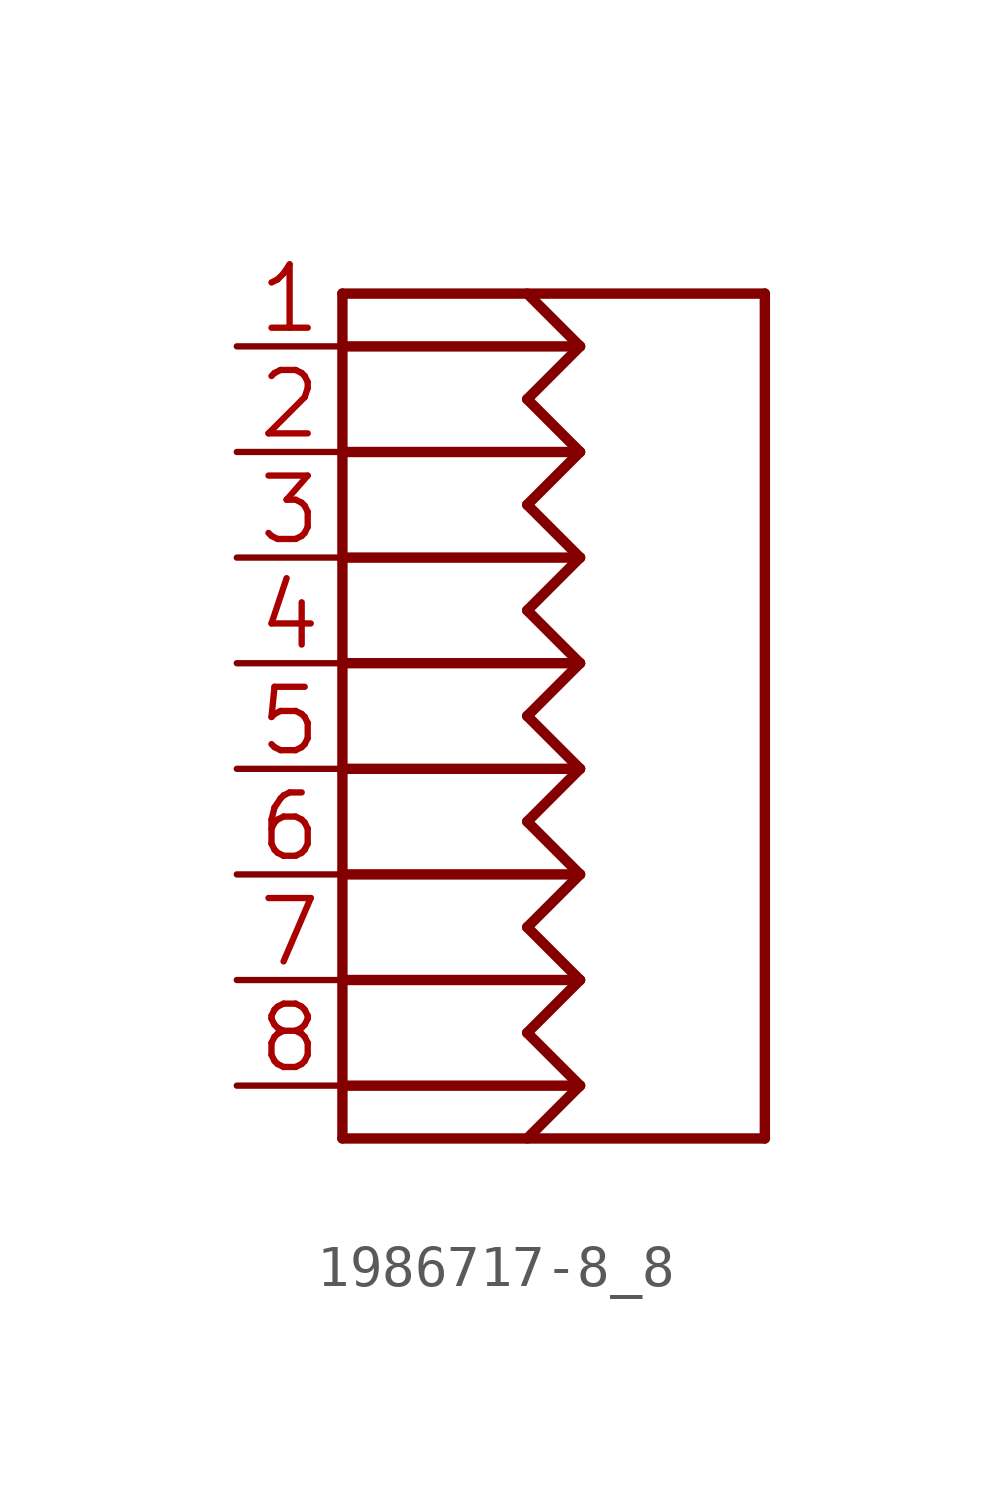
<source format=kicad_sym>
(kicad_symbol_lib
  (version 20241209)
  (generator "kicad_symbol_editor")
  (generator_version "9.0")
  (symbol "1986717-8_8"
    (property "Reference" "J"
      (at 0 0 0)
      (effects (font (size 1.27 1.27)) (hide yes)))
    (property "ki_locked" ""
      (at 0 0 0)
      (effects (font (size 1.27 1.27))))
    (symbol "1986717-8_8_1_0"
      (polyline (pts (xy -5.08 10.16) (xy 5.08 10.16)) (stroke (width 0.25) (type solid)) (fill (type none)))
      (polyline (pts (xy -5.08 -10.16) (xy -5.08 10.16)) (stroke (width 0.25) (type solid)) (fill (type none)))
      (polyline (pts (xy 0.635 8.89) (xy -5.08 8.89)) (stroke (width 0.25) (type solid)) (fill (type none)))
      (polyline (pts (xy 0.635 8.89) (xy -0.635 10.16)) (stroke (width 0.25) (type solid)) (fill (type none)))
      (polyline (pts (xy 0.635 8.89) (xy -0.635 7.62)) (stroke (width 0.25) (type solid)) (fill (type none)))
      (polyline (pts (xy 0.635 6.35) (xy -5.08 6.35)) (stroke (width 0.25) (type solid)) (fill (type none)))
      (polyline (pts (xy 0.635 6.35) (xy -0.635 7.62)) (stroke (width 0.25) (type solid)) (fill (type none)))
      (polyline (pts (xy 0.635 6.35) (xy -0.635 5.08)) (stroke (width 0.25) (type solid)) (fill (type none)))
      (polyline (pts (xy 0.635 3.81) (xy -5.08 3.81)) (stroke (width 0.25) (type solid)) (fill (type none)))
      (polyline (pts (xy 0.635 3.81) (xy -0.635 5.08)) (stroke (width 0.25) (type solid)) (fill (type none)))
      (polyline (pts (xy 0.635 3.81) (xy -0.635 2.54)) (stroke (width 0.25) (type solid)) (fill (type none)))
      (polyline (pts (xy 0.635 1.27) (xy -5.08 1.27)) (stroke (width 0.25) (type solid)) (fill (type none)))
      (polyline (pts (xy 0.635 1.27) (xy -0.635 2.54)) (stroke (width 0.25) (type solid)) (fill (type none)))
      (polyline (pts (xy 0.635 1.27) (xy -0.635 0)) (stroke (width 0.25) (type solid)) (fill (type none)))
      (polyline (pts (xy 0.635 -1.27) (xy -5.08 -1.27)) (stroke (width 0.25) (type solid)) (fill (type none)))
      (polyline (pts (xy 0.635 -1.27) (xy -0.635 0)) (stroke (width 0.25) (type solid)) (fill (type none)))
      (polyline (pts (xy 0.635 -1.27) (xy -0.635 -2.54)) (stroke (width 0.25) (type solid)) (fill (type none)))
      (polyline (pts (xy 0.635 -3.81) (xy -5.08 -3.81)) (stroke (width 0.25) (type solid)) (fill (type none)))
      (polyline (pts (xy 0.635 -3.81) (xy -0.635 -2.54)) (stroke (width 0.25) (type solid)) (fill (type none)))
      (polyline (pts (xy 0.635 -3.81) (xy -0.635 -5.08)) (stroke (width 0.25) (type solid)) (fill (type none)))
      (polyline (pts (xy 0.635 -6.35) (xy -5.08 -6.35)) (stroke (width 0.25) (type solid)) (fill (type none)))
      (polyline (pts (xy 0.635 -6.35) (xy -0.635 -5.08)) (stroke (width 0.25) (type solid)) (fill (type none)))
      (polyline (pts (xy 0.635 -6.35) (xy -0.635 -7.62)) (stroke (width 0.25) (type solid)) (fill (type none)))
      (polyline (pts (xy 0.635 -8.89) (xy -5.08 -8.89)) (stroke (width 0.25) (type solid)) (fill (type none)))
      (polyline (pts (xy 0.635 -8.89) (xy -0.635 -7.62)) (stroke (width 0.25) (type solid)) (fill (type none)))
      (polyline (pts (xy 0.635 -8.89) (xy -0.635 -10.16)) (stroke (width 0.25) (type solid)) (fill (type none)))
      (polyline (pts (xy 5.08 10.16) (xy 5.08 -10.16)) (stroke (width 0.25) (type solid)) (fill (type none)))
      (polyline (pts (xy 5.08 -10.16) (xy -5.08 -10.16)) (stroke (width 0.25) (type solid)) (fill (type none)))
      (pin passive line (at -7.62 8.89 0) (length 2.54) (name "P1" (effects (font (size 0 0)))) (number "1" (effects (font (size 1.524 1.524)))))
      (pin passive line (at -7.62 6.35 0) (length 2.54) (name "P2" (effects (font (size 0 0)))) (number "2" (effects (font (size 1.524 1.524)))))
      (pin passive line (at -7.62 3.81 0) (length 2.54) (name "P3" (effects (font (size 0 0)))) (number "3" (effects (font (size 1.524 1.524)))))
      (pin passive line (at -7.62 1.27 0) (length 2.54) (name "P4" (effects (font (size 0 0)))) (number "4" (effects (font (size 1.524 1.524)))))
      (pin passive line (at -7.62 -1.27 0) (length 2.54) (name "P5" (effects (font (size 0 0)))) (number "5" (effects (font (size 1.524 1.524)))))
      (pin passive line (at -7.62 -3.81 0) (length 2.54) (name "P6" (effects (font (size 0 0)))) (number "6" (effects (font (size 1.524 1.524)))))
      (pin passive line (at -7.62 -6.35 0) (length 2.54) (name "P7" (effects (font (size 0 0)))) (number "7" (effects (font (size 1.524 1.524)))))
      (pin passive line (at -7.62 -8.89 0) (length 2.54) (name "P8" (effects (font (size 0 0)))) (number "8" (effects (font (size 1.524 1.524))))))))
</source>
